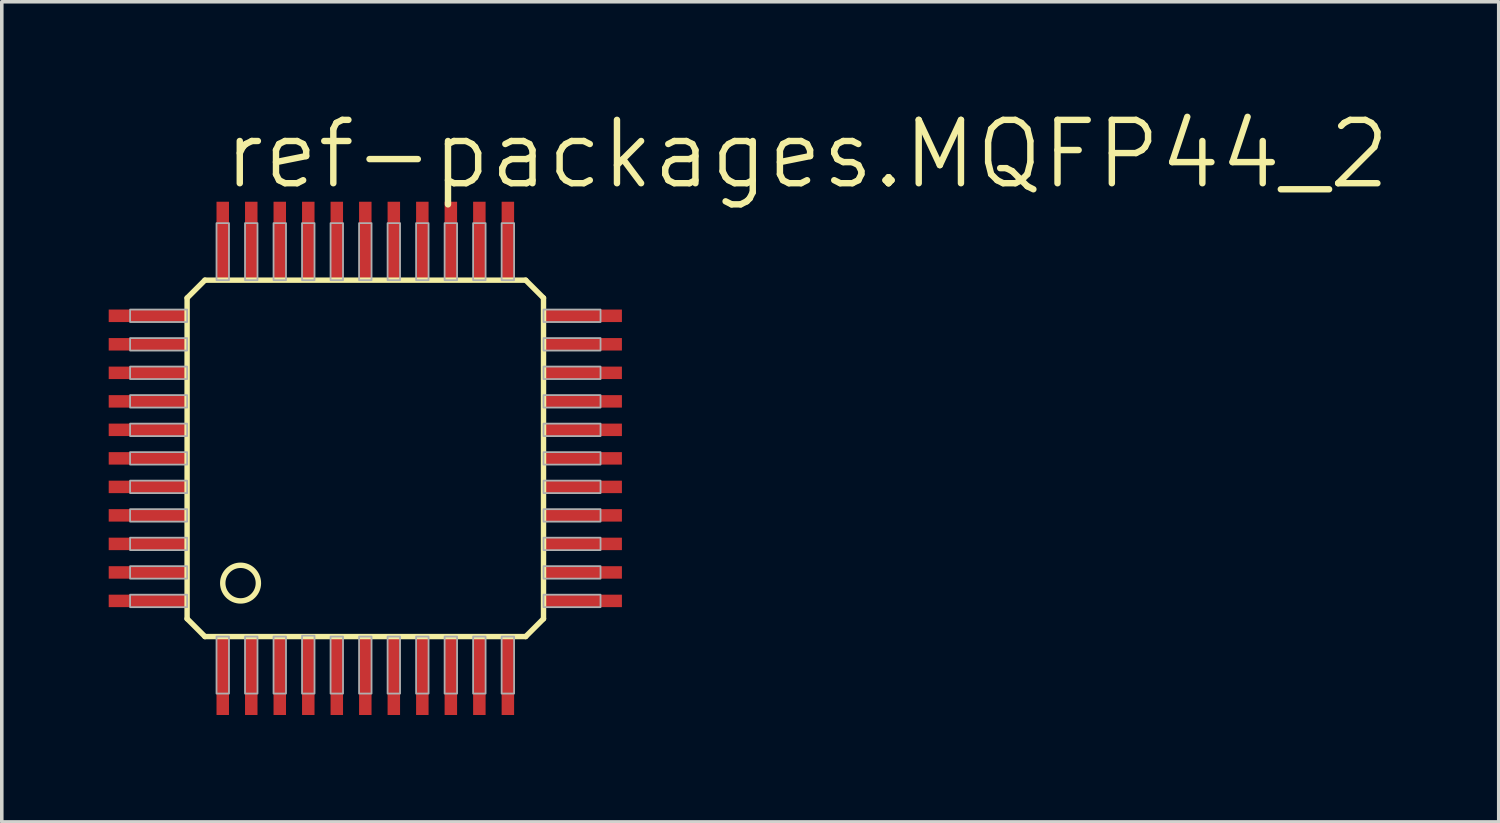
<source format=kicad_pcb>
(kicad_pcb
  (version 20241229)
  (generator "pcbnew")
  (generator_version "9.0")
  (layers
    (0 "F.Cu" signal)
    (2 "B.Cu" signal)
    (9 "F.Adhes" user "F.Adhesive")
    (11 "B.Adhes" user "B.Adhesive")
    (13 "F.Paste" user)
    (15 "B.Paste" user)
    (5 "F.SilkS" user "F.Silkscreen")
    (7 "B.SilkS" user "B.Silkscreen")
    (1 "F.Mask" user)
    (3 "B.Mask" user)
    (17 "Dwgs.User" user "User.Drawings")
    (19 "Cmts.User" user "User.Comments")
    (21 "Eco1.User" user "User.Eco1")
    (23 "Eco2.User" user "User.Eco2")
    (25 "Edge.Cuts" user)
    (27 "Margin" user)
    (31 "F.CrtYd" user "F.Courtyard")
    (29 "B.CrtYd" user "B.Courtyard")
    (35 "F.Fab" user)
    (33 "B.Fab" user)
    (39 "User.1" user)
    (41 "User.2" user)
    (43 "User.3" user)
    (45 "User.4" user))
  (footprint "ref-packages.MQFP44_2"
    (layer "F.Cu")
    (at 7.2 9.811)
    (property "Reference" "ref-packages.MQFP44_2" (at -4.064 -7.493 0) (layer "F.SilkS") (effects (font (size 1.778 1.778) (thickness 0.18)) (justify left bottom)))
    (attr smd)
    (fp_line (start -5 -4.5) (end -5 4.5) (stroke (width 0.152) (type default)) (layer "F.SilkS"))
    (fp_line (start -5 4.5) (end -4.5 5) (stroke (width 0.152) (type default)) (layer "F.SilkS"))
    (fp_line (start -4.5 -5) (end -5 -4.5) (stroke (width 0.152) (type default)) (layer "F.SilkS"))
    (fp_line (start -4.5 5) (end 4.5 5) (stroke (width 0.152) (type default)) (layer "F.SilkS"))
    (fp_line (start 4.5 -5) (end -4.5 -5) (stroke (width 0.152) (type default)) (layer "F.SilkS"))
    (fp_line (start 4.5 5) (end 5 4.5) (stroke (width 0.152) (type default)) (layer "F.SilkS"))
    (fp_line (start 5 -4.5) (end 4.5 -5) (stroke (width 0.152) (type default)) (layer "F.SilkS"))
    (fp_line (start 5 4.5) (end 5 -4.5) (stroke (width 0.152) (type default)) (layer "F.SilkS"))
    (fp_circle (center -3.5 3.5) (end -3 3.5) (stroke (width 0.152) (type default)) (fill no) (layer "F.SilkS"))
    (fp_rect (start -6.6 -3.825) (end -5 -4.175) (stroke (width 0.05) (type default)) (fill no) (layer "F.Fab"))
    (fp_rect (start -6.6 -3.025) (end -5 -3.375) (stroke (width 0.05) (type default)) (fill no) (layer "F.Fab"))
    (fp_rect (start -6.6 -2.225) (end -5 -2.575) (stroke (width 0.05) (type default)) (fill no) (layer "F.Fab"))
    (fp_rect (start -6.6 -1.425) (end -5 -1.775) (stroke (width 0.05) (type default)) (fill no) (layer "F.Fab"))
    (fp_rect (start -6.6 -0.625) (end -5 -0.975) (stroke (width 0.05) (type default)) (fill no) (layer "F.Fab"))
    (fp_rect (start -6.6 0.175) (end -5 -0.175) (stroke (width 0.05) (type default)) (fill no) (layer "F.Fab"))
    (fp_rect (start -6.6 0.975) (end -5 0.625) (stroke (width 0.05) (type default)) (fill no) (layer "F.Fab"))
    (fp_rect (start -6.6 1.775) (end -5 1.425) (stroke (width 0.05) (type default)) (fill no) (layer "F.Fab"))
    (fp_rect (start -6.6 2.575) (end -5 2.225) (stroke (width 0.05) (type default)) (fill no) (layer "F.Fab"))
    (fp_rect (start -6.6 3.375) (end -5 3.025) (stroke (width 0.05) (type default)) (fill no) (layer "F.Fab"))
    (fp_rect (start -6.6 4.175) (end -5 3.825) (stroke (width 0.05) (type default)) (fill no) (layer "F.Fab"))
    (fp_rect (start -4.175 -5) (end -3.825 -6.6) (stroke (width 0.05) (type default)) (fill no) (layer "F.Fab"))
    (fp_rect (start -4.175 6.6) (end -3.825 5) (stroke (width 0.05) (type default)) (fill no) (layer "F.Fab"))
    (fp_rect (start -3.375 -5) (end -3.025 -6.6) (stroke (width 0.05) (type default)) (fill no) (layer "F.Fab"))
    (fp_rect (start -3.375 6.6) (end -3.025 5) (stroke (width 0.05) (type default)) (fill no) (layer "F.Fab"))
    (fp_rect (start -2.575 -5) (end -2.225 -6.6) (stroke (width 0.05) (type default)) (fill no) (layer "F.Fab"))
    (fp_rect (start -2.575 6.6) (end -2.225 5) (stroke (width 0.05) (type default)) (fill no) (layer "F.Fab"))
    (fp_rect (start -1.775 -5) (end -1.425 -6.6) (stroke (width 0.05) (type default)) (fill no) (layer "F.Fab"))
    (fp_rect (start -1.775 6.6) (end -1.425 4.975) (stroke (width 0.05) (type default)) (fill no) (layer "F.Fab"))
    (fp_rect (start -0.975 -5) (end -0.625 -6.6) (stroke (width 0.05) (type default)) (fill no) (layer "F.Fab"))
    (fp_rect (start -0.975 6.6) (end -0.625 5) (stroke (width 0.05) (type default)) (fill no) (layer "F.Fab"))
    (fp_rect (start -0.175 -5) (end 0.175 -6.6) (stroke (width 0.05) (type default)) (fill no) (layer "F.Fab"))
    (fp_rect (start -0.175 6.6) (end 0.175 5) (stroke (width 0.05) (type default)) (fill no) (layer "F.Fab"))
    (fp_rect (start 0.625 -5) (end 0.975 -6.6) (stroke (width 0.05) (type default)) (fill no) (layer "F.Fab"))
    (fp_rect (start 0.625 6.6) (end 0.975 5) (stroke (width 0.05) (type default)) (fill no) (layer "F.Fab"))
    (fp_rect (start 1.425 -5) (end 1.775 -6.6) (stroke (width 0.05) (type default)) (fill no) (layer "F.Fab"))
    (fp_rect (start 1.425 6.6) (end 1.775 5) (stroke (width 0.05) (type default)) (fill no) (layer "F.Fab"))
    (fp_rect (start 2.225 -5) (end 2.575 -6.6) (stroke (width 0.05) (type default)) (fill no) (layer "F.Fab"))
    (fp_rect (start 2.225 6.6) (end 2.575 5) (stroke (width 0.05) (type default)) (fill no) (layer "F.Fab"))
    (fp_rect (start 3.025 -5) (end 3.375 -6.6) (stroke (width 0.05) (type default)) (fill no) (layer "F.Fab"))
    (fp_rect (start 3.025 6.6) (end 3.375 5) (stroke (width 0.05) (type default)) (fill no) (layer "F.Fab"))
    (fp_rect (start 3.825 -5) (end 4.175 -6.6) (stroke (width 0.05) (type default)) (fill no) (layer "F.Fab"))
    (fp_rect (start 3.825 6.6) (end 4.175 5) (stroke (width 0.05) (type default)) (fill no) (layer "F.Fab"))
    (fp_rect (start 5 -3.825) (end 6.6 -4.175) (stroke (width 0.05) (type default)) (fill no) (layer "F.Fab"))
    (fp_rect (start 5 -3.025) (end 6.6 -3.375) (stroke (width 0.05) (type default)) (fill no) (layer "F.Fab"))
    (fp_rect (start 5 -2.225) (end 6.6 -2.575) (stroke (width 0.05) (type default)) (fill no) (layer "F.Fab"))
    (fp_rect (start 5 -1.425) (end 6.6 -1.775) (stroke (width 0.05) (type default)) (fill no) (layer "F.Fab"))
    (fp_rect (start 5 -0.625) (end 6.6 -0.975) (stroke (width 0.05) (type default)) (fill no) (layer "F.Fab"))
    (fp_rect (start 5 0.175) (end 6.6 -0.175) (stroke (width 0.05) (type default)) (fill no) (layer "F.Fab"))
    (fp_rect (start 5 0.975) (end 6.6 0.625) (stroke (width 0.05) (type default)) (fill no) (layer "F.Fab"))
    (fp_rect (start 5 1.775) (end 6.6 1.425) (stroke (width 0.05) (type default)) (fill no) (layer "F.Fab"))
    (fp_rect (start 5 2.575) (end 6.6 2.225) (stroke (width 0.05) (type default)) (fill no) (layer "F.Fab"))
    (fp_rect (start 5 3.375) (end 6.6 3.025) (stroke (width 0.05) (type default)) (fill no) (layer "F.Fab"))
    (fp_rect (start 5 4.175) (end 6.6 3.825) (stroke (width 0.05) (type default)) (fill no) (layer "F.Fab"))
    (pad "1" smd roundrect (at -4 6.1) (size 0.35 2.2) (layers "F.Cu" "F.Mask" "F.Paste") (roundrect_rratio 0.01))
    (pad "2" smd roundrect (at -3.2 6.1) (size 0.35 2.2) (layers "F.Cu" "F.Mask" "F.Paste") (roundrect_rratio 0.01))
    (pad "3" smd roundrect (at -2.4 6.1) (size 0.35 2.2) (layers "F.Cu" "F.Mask" "F.Paste") (roundrect_rratio 0.01))
    (pad "4" smd roundrect (at -1.6 6.1) (size 0.35 2.2) (layers "F.Cu" "F.Mask" "F.Paste") (roundrect_rratio 0.01))
    (pad "5" smd roundrect (at -0.8 6.1) (size 0.35 2.2) (layers "F.Cu" "F.Mask" "F.Paste") (roundrect_rratio 0.01))
    (pad "6" smd roundrect (at 0 6.1) (size 0.35 2.2) (layers "F.Cu" "F.Mask" "F.Paste") (roundrect_rratio 0.01))
    (pad "7" smd roundrect (at 0.8 6.1) (size 0.35 2.2) (layers "F.Cu" "F.Mask" "F.Paste") (roundrect_rratio 0.01))
    (pad "8" smd roundrect (at 1.6 6.1) (size 0.35 2.2) (layers "F.Cu" "F.Mask" "F.Paste") (roundrect_rratio 0.01))
    (pad "9" smd roundrect (at 2.4 6.1) (size 0.35 2.2) (layers "F.Cu" "F.Mask" "F.Paste") (roundrect_rratio 0.01))
    (pad "10" smd roundrect (at 3.2 6.1) (size 0.35 2.2) (layers "F.Cu" "F.Mask" "F.Paste") (roundrect_rratio 0.01))
    (pad "11" smd roundrect (at 4 6.1) (size 0.35 2.2) (layers "F.Cu" "F.Mask" "F.Paste") (roundrect_rratio 0.01))
    (pad "12" smd roundrect (at 6.1 4) (size 2.2 0.35) (layers "F.Cu" "F.Mask" "F.Paste") (roundrect_rratio 0.01))
    (pad "13" smd roundrect (at 6.1 3.2) (size 2.2 0.35) (layers "F.Cu" "F.Mask" "F.Paste") (roundrect_rratio 0.01))
    (pad "14" smd roundrect (at 6.1 2.4) (size 2.2 0.35) (layers "F.Cu" "F.Mask" "F.Paste") (roundrect_rratio 0.01))
    (pad "15" smd roundrect (at 6.1 1.6) (size 2.2 0.35) (layers "F.Cu" "F.Mask" "F.Paste") (roundrect_rratio 0.01))
    (pad "16" smd roundrect (at 6.1 0.8) (size 2.2 0.35) (layers "F.Cu" "F.Mask" "F.Paste") (roundrect_rratio 0.01))
    (pad "17" smd roundrect (at 6.1 0) (size 2.2 0.35) (layers "F.Cu" "F.Mask" "F.Paste") (roundrect_rratio 0.01))
    (pad "18" smd roundrect (at 6.1 -0.8) (size 2.2 0.35) (layers "F.Cu" "F.Mask" "F.Paste") (roundrect_rratio 0.01))
    (pad "19" smd roundrect (at 6.1 -1.6) (size 2.2 0.35) (layers "F.Cu" "F.Mask" "F.Paste") (roundrect_rratio 0.01))
    (pad "20" smd roundrect (at 6.1 -2.4) (size 2.2 0.35) (layers "F.Cu" "F.Mask" "F.Paste") (roundrect_rratio 0.01))
    (pad "21" smd roundrect (at 6.1 -3.2) (size 2.2 0.35) (layers "F.Cu" "F.Mask" "F.Paste") (roundrect_rratio 0.01))
    (pad "22" smd roundrect (at 6.1 -4) (size 2.2 0.35) (layers "F.Cu" "F.Mask" "F.Paste") (roundrect_rratio 0.01))
    (pad "23" smd roundrect (at 4 -6.1) (size 0.35 2.2) (layers "F.Cu" "F.Mask" "F.Paste") (roundrect_rratio 0.01))
    (pad "24" smd roundrect (at 3.2 -6.1) (size 0.35 2.2) (layers "F.Cu" "F.Mask" "F.Paste") (roundrect_rratio 0.01))
    (pad "25" smd roundrect (at 2.4 -6.1) (size 0.35 2.2) (layers "F.Cu" "F.Mask" "F.Paste") (roundrect_rratio 0.01))
    (pad "26" smd roundrect (at 1.6 -6.1) (size 0.35 2.2) (layers "F.Cu" "F.Mask" "F.Paste") (roundrect_rratio 0.01))
    (pad "27" smd roundrect (at 0.8 -6.1) (size 0.35 2.2) (layers "F.Cu" "F.Mask" "F.Paste") (roundrect_rratio 0.01))
    (pad "28" smd roundrect (at 0 -6.1) (size 0.35 2.2) (layers "F.Cu" "F.Mask" "F.Paste") (roundrect_rratio 0.01))
    (pad "29" smd roundrect (at -0.8 -6.1) (size 0.35 2.2) (layers "F.Cu" "F.Mask" "F.Paste") (roundrect_rratio 0.01))
    (pad "30" smd roundrect (at -1.6 -6.1) (size 0.35 2.2) (layers "F.Cu" "F.Mask" "F.Paste") (roundrect_rratio 0.01))
    (pad "31" smd roundrect (at -2.4 -6.1) (size 0.35 2.2) (layers "F.Cu" "F.Mask" "F.Paste") (roundrect_rratio 0.01))
    (pad "32" smd roundrect (at -3.2 -6.1) (size 0.35 2.2) (layers "F.Cu" "F.Mask" "F.Paste") (roundrect_rratio 0.01))
    (pad "33" smd roundrect (at -4 -6.1) (size 0.35 2.2) (layers "F.Cu" "F.Mask" "F.Paste") (roundrect_rratio 0.01))
    (pad "34" smd roundrect (at -6.1 -4) (size 2.2 0.35) (layers "F.Cu" "F.Mask" "F.Paste") (roundrect_rratio 0.01))
    (pad "35" smd roundrect (at -6.1 -3.2) (size 2.2 0.35) (layers "F.Cu" "F.Mask" "F.Paste") (roundrect_rratio 0.01))
    (pad "36" smd roundrect (at -6.1 -2.4) (size 2.2 0.35) (layers "F.Cu" "F.Mask" "F.Paste") (roundrect_rratio 0.01))
    (pad "37" smd roundrect (at -6.1 -1.6) (size 2.2 0.35) (layers "F.Cu" "F.Mask" "F.Paste") (roundrect_rratio 0.01))
    (pad "38" smd roundrect (at -6.1 -0.8) (size 2.2 0.35) (layers "F.Cu" "F.Mask" "F.Paste") (roundrect_rratio 0.01))
    (pad "39" smd roundrect (at -6.1 0) (size 2.2 0.35) (layers "F.Cu" "F.Mask" "F.Paste") (roundrect_rratio 0.01))
    (pad "40" smd roundrect (at -6.1 0.8) (size 2.2 0.35) (layers "F.Cu" "F.Mask" "F.Paste") (roundrect_rratio 0.01))
    (pad "41" smd roundrect (at -6.1 1.6) (size 2.2 0.35) (layers "F.Cu" "F.Mask" "F.Paste") (roundrect_rratio 0.01))
    (pad "42" smd roundrect (at -6.1 2.4) (size 2.2 0.35) (layers "F.Cu" "F.Mask" "F.Paste") (roundrect_rratio 0.01))
    (pad "43" smd roundrect (at -6.1 3.2) (size 2.2 0.35) (layers "F.Cu" "F.Mask" "F.Paste") (roundrect_rratio 0.01))
    (pad "44" smd roundrect (at -6.1 4) (size 2.2 0.35) (layers "F.Cu" "F.Mask" "F.Paste") (roundrect_rratio 0.01)))
  (gr_rect
    (start -3 -3)
    (end 39.002 20.011)
    (stroke (width 0.1) (type default))
    (fill no)
    (layer "Edge.Cuts")))
</source>
